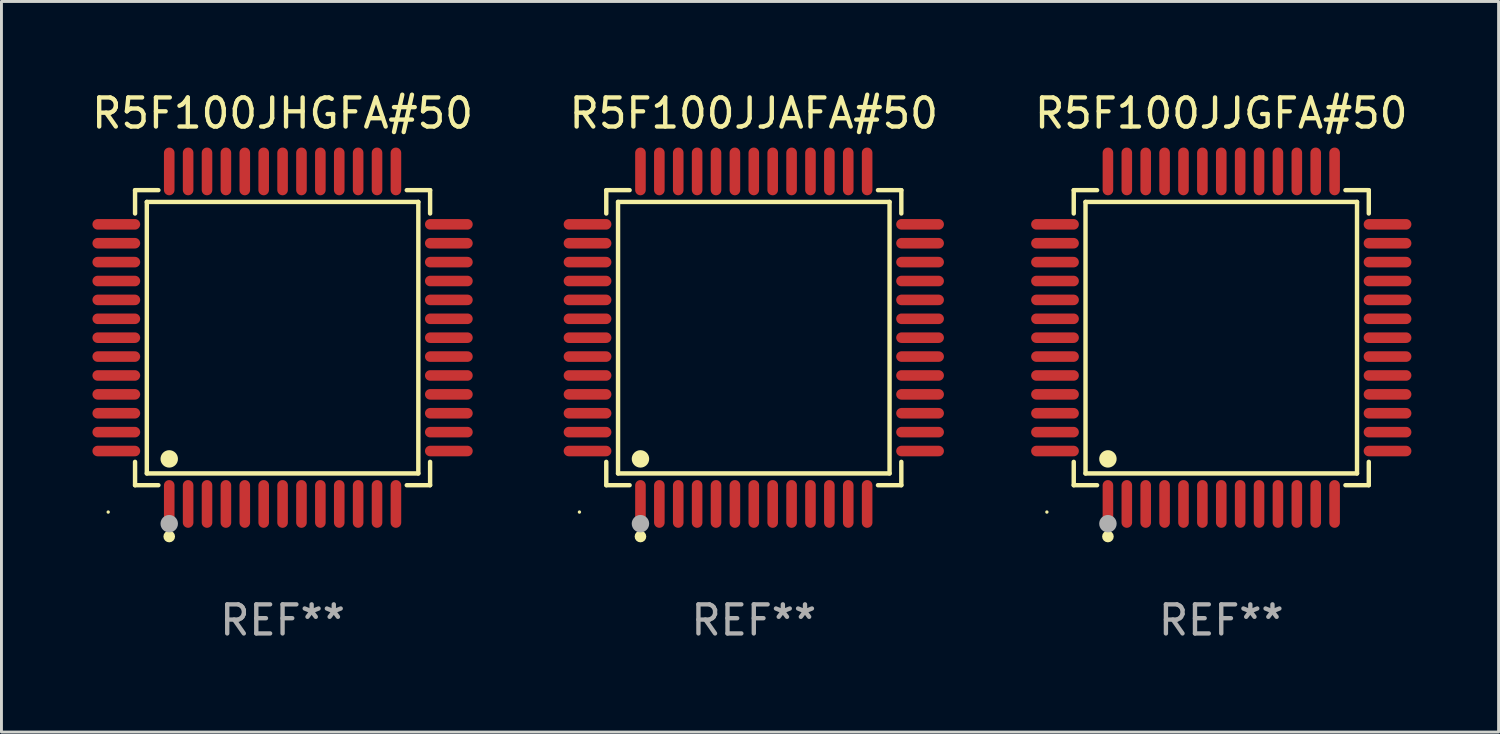
<source format=kicad_pcb>
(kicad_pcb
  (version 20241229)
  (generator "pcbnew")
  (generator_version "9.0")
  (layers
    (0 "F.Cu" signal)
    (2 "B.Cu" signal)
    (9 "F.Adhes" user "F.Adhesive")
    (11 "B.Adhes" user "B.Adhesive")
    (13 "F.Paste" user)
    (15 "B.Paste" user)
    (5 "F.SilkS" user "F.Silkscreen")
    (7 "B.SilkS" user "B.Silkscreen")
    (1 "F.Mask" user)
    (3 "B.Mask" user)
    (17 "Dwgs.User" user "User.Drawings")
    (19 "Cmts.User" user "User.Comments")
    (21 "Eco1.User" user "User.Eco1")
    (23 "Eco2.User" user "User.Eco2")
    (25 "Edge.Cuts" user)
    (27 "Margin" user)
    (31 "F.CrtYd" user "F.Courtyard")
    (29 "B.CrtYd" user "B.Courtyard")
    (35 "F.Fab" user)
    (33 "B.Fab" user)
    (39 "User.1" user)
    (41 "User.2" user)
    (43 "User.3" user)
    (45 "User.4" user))
  (footprint "R5F100JHGFA#50"
    (layer "F.Cu")
    (at 6.673 8.569)
    (property "Reference" "R5F100JHGFA#50" (at 0 -7.721 0) (layer "F.SilkS") (effects (font (size 1 1) (thickness 0.15))))
    (attr through_hole)
    (fp_line (start -5.076 -5.076) (end -4.273 -5.076) (stroke (width 0.152) (type solid)) (layer "F.SilkS"))
    (fp_line (start -5.076 -4.273) (end -5.076 -5.076) (stroke (width 0.152) (type solid)) (layer "F.SilkS"))
    (fp_line (start -5.076 4.273) (end -5.076 5.076) (stroke (width 0.152) (type solid)) (layer "F.SilkS"))
    (fp_line (start -5.076 5.076) (end -4.273 5.076) (stroke (width 0.152) (type solid)) (layer "F.SilkS"))
    (fp_line (start -4.671 -4.671) (end 4.671 -4.671) (stroke (width 0.152) (type solid)) (layer "F.SilkS"))
    (fp_line (start -4.671 4.671) (end -4.671 -4.671) (stroke (width 0.152) (type solid)) (layer "F.SilkS"))
    (fp_line (start 4.671 -4.671) (end 4.671 4.671) (stroke (width 0.152) (type solid)) (layer "F.SilkS"))
    (fp_line (start 4.671 4.671) (end -4.671 4.671) (stroke (width 0.152) (type solid)) (layer "F.SilkS"))
    (fp_line (start 5.076 -5.076) (end 4.273 -5.076) (stroke (width 0.152) (type solid)) (layer "F.SilkS"))
    (fp_line (start 5.076 -4.273) (end 5.076 -5.076) (stroke (width 0.152) (type solid)) (layer "F.SilkS"))
    (fp_line (start 5.076 4.273) (end 5.076 5.076) (stroke (width 0.152) (type solid)) (layer "F.SilkS"))
    (fp_line (start 5.076 5.076) (end 4.273 5.076) (stroke (width 0.152) (type solid)) (layer "F.SilkS"))
    (fp_circle (center -6 6) (end -5.97 6) (stroke (width 0.06) (type solid)) (fill no) (layer "F.SilkS"))
    (fp_circle (center -3.9 4.171) (end -3.75 4.171) (stroke (width 0.3) (type solid)) (fill no) (layer "F.SilkS"))
    (fp_circle (center -3.9 6.842) (end -3.8 6.842) (stroke (width 0.2) (type solid)) (fill no) (layer "F.SilkS"))
    (fp_circle (center -3.9 6.4) (end -3.75 6.4) (stroke (width 0.3) (type solid)) (fill no) (layer "F.Fab"))
    (fp_text user "REF**" (at 0 9.721 0) (layer "F.Fab") (effects (font (size 1 1) (thickness 0.15))))
    (pad "1" smd oval (at -3.9 5.721) (size 0.364 1.642) (layers "F.Cu" "F.Mask" "F.Paste"))
    (pad "2" smd oval (at -3.25 5.721) (size 0.364 1.642) (layers "F.Cu" "F.Mask" "F.Paste"))
    (pad "3" smd oval (at -2.6 5.721) (size 0.364 1.642) (layers "F.Cu" "F.Mask" "F.Paste"))
    (pad "4" smd oval (at -1.95 5.721) (size 0.364 1.642) (layers "F.Cu" "F.Mask" "F.Paste"))
    (pad "5" smd oval (at -1.3 5.721) (size 0.364 1.642) (layers "F.Cu" "F.Mask" "F.Paste"))
    (pad "6" smd oval (at -0.65 5.721) (size 0.364 1.642) (layers "F.Cu" "F.Mask" "F.Paste"))
    (pad "7" smd oval (at 0 5.721) (size 0.364 1.642) (layers "F.Cu" "F.Mask" "F.Paste"))
    (pad "8" smd oval (at 0.65 5.721) (size 0.364 1.642) (layers "F.Cu" "F.Mask" "F.Paste"))
    (pad "9" smd oval (at 1.3 5.721) (size 0.364 1.642) (layers "F.Cu" "F.Mask" "F.Paste"))
    (pad "10" smd oval (at 1.95 5.721) (size 0.364 1.642) (layers "F.Cu" "F.Mask" "F.Paste"))
    (pad "11" smd oval (at 2.6 5.721) (size 0.364 1.642) (layers "F.Cu" "F.Mask" "F.Paste"))
    (pad "12" smd oval (at 3.25 5.721) (size 0.364 1.642) (layers "F.Cu" "F.Mask" "F.Paste"))
    (pad "13" smd oval (at 3.9 5.721) (size 0.364 1.642) (layers "F.Cu" "F.Mask" "F.Paste"))
    (pad "14" smd oval (at 5.721 3.9) (size 1.642 0.364) (layers "F.Cu" "F.Mask" "F.Paste"))
    (pad "15" smd oval (at 5.721 3.25) (size 1.642 0.364) (layers "F.Cu" "F.Mask" "F.Paste"))
    (pad "16" smd oval (at 5.721 2.6) (size 1.642 0.364) (layers "F.Cu" "F.Mask" "F.Paste"))
    (pad "17" smd oval (at 5.721 1.95) (size 1.642 0.364) (layers "F.Cu" "F.Mask" "F.Paste"))
    (pad "18" smd oval (at 5.721 1.3) (size 1.642 0.364) (layers "F.Cu" "F.Mask" "F.Paste"))
    (pad "19" smd oval (at 5.721 0.65) (size 1.642 0.364) (layers "F.Cu" "F.Mask" "F.Paste"))
    (pad "20" smd oval (at 5.721 0) (size 1.642 0.364) (layers "F.Cu" "F.Mask" "F.Paste"))
    (pad "21" smd oval (at 5.721 -0.65) (size 1.642 0.364) (layers "F.Cu" "F.Mask" "F.Paste"))
    (pad "22" smd oval (at 5.721 -1.3) (size 1.642 0.364) (layers "F.Cu" "F.Mask" "F.Paste"))
    (pad "23" smd oval (at 5.721 -1.95) (size 1.642 0.364) (layers "F.Cu" "F.Mask" "F.Paste"))
    (pad "24" smd oval (at 5.721 -2.6) (size 1.642 0.364) (layers "F.Cu" "F.Mask" "F.Paste"))
    (pad "25" smd oval (at 5.721 -3.25) (size 1.642 0.364) (layers "F.Cu" "F.Mask" "F.Paste"))
    (pad "26" smd oval (at 5.721 -3.9) (size 1.642 0.364) (layers "F.Cu" "F.Mask" "F.Paste"))
    (pad "27" smd oval (at 3.9 -5.721) (size 0.364 1.642) (layers "F.Cu" "F.Mask" "F.Paste"))
    (pad "28" smd oval (at 3.25 -5.721) (size 0.364 1.642) (layers "F.Cu" "F.Mask" "F.Paste"))
    (pad "29" smd oval (at 2.6 -5.721) (size 0.364 1.642) (layers "F.Cu" "F.Mask" "F.Paste"))
    (pad "30" smd oval (at 1.95 -5.721) (size 0.364 1.642) (layers "F.Cu" "F.Mask" "F.Paste"))
    (pad "31" smd oval (at 1.3 -5.721) (size 0.364 1.642) (layers "F.Cu" "F.Mask" "F.Paste"))
    (pad "32" smd oval (at 0.65 -5.721) (size 0.364 1.642) (layers "F.Cu" "F.Mask" "F.Paste"))
    (pad "33" smd oval (at 0 -5.721) (size 0.364 1.642) (layers "F.Cu" "F.Mask" "F.Paste"))
    (pad "34" smd oval (at -0.65 -5.721) (size 0.364 1.642) (layers "F.Cu" "F.Mask" "F.Paste"))
    (pad "35" smd oval (at -1.3 -5.721) (size 0.364 1.642) (layers "F.Cu" "F.Mask" "F.Paste"))
    (pad "36" smd oval (at -1.95 -5.721) (size 0.364 1.642) (layers "F.Cu" "F.Mask" "F.Paste"))
    (pad "37" smd oval (at -2.6 -5.721) (size 0.364 1.642) (layers "F.Cu" "F.Mask" "F.Paste"))
    (pad "38" smd oval (at -3.25 -5.721) (size 0.364 1.642) (layers "F.Cu" "F.Mask" "F.Paste"))
    (pad "39" smd oval (at -3.9 -5.721) (size 0.364 1.642) (layers "F.Cu" "F.Mask" "F.Paste"))
    (pad "40" smd oval (at -5.721 -3.9) (size 1.642 0.364) (layers "F.Cu" "F.Mask" "F.Paste"))
    (pad "41" smd oval (at -5.721 -3.25) (size 1.642 0.364) (layers "F.Cu" "F.Mask" "F.Paste"))
    (pad "42" smd oval (at -5.721 -2.6) (size 1.642 0.364) (layers "F.Cu" "F.Mask" "F.Paste"))
    (pad "43" smd oval (at -5.721 -1.95) (size 1.642 0.364) (layers "F.Cu" "F.Mask" "F.Paste"))
    (pad "44" smd oval (at -5.721 -1.3) (size 1.642 0.364) (layers "F.Cu" "F.Mask" "F.Paste"))
    (pad "45" smd oval (at -5.721 -0.65) (size 1.642 0.364) (layers "F.Cu" "F.Mask" "F.Paste"))
    (pad "46" smd oval (at -5.721 0) (size 1.642 0.364) (layers "F.Cu" "F.Mask" "F.Paste"))
    (pad "47" smd oval (at -5.721 0.65) (size 1.642 0.364) (layers "F.Cu" "F.Mask" "F.Paste"))
    (pad "48" smd oval (at -5.721 1.3) (size 1.642 0.364) (layers "F.Cu" "F.Mask" "F.Paste"))
    (pad "49" smd oval (at -5.721 1.95) (size 1.642 0.364) (layers "F.Cu" "F.Mask" "F.Paste"))
    (pad "50" smd oval (at -5.721 2.6) (size 1.642 0.364) (layers "F.Cu" "F.Mask" "F.Paste"))
    (pad "51" smd oval (at -5.721 3.25) (size 1.642 0.364) (layers "F.Cu" "F.Mask" "F.Paste"))
    (pad "52" smd oval (at -5.721 3.9) (size 1.642 0.364) (layers "F.Cu" "F.Mask" "F.Paste")))
  (footprint "R5F100JJAFA#50"
    (layer "F.Cu")
    (at 22.887 8.569)
    (property "Reference" "R5F100JJAFA#50" (at 0 -7.721 0) (layer "F.SilkS") (effects (font (size 1 1) (thickness 0.15))))
    (attr through_hole)
    (fp_line (start -5.076 -5.076) (end -4.273 -5.076) (stroke (width 0.152) (type solid)) (layer "F.SilkS"))
    (fp_line (start -5.076 -4.273) (end -5.076 -5.076) (stroke (width 0.152) (type solid)) (layer "F.SilkS"))
    (fp_line (start -5.076 4.273) (end -5.076 5.076) (stroke (width 0.152) (type solid)) (layer "F.SilkS"))
    (fp_line (start -5.076 5.076) (end -4.273 5.076) (stroke (width 0.152) (type solid)) (layer "F.SilkS"))
    (fp_line (start -4.671 -4.671) (end 4.671 -4.671) (stroke (width 0.152) (type solid)) (layer "F.SilkS"))
    (fp_line (start -4.671 4.671) (end -4.671 -4.671) (stroke (width 0.152) (type solid)) (layer "F.SilkS"))
    (fp_line (start 4.671 -4.671) (end 4.671 4.671) (stroke (width 0.152) (type solid)) (layer "F.SilkS"))
    (fp_line (start 4.671 4.671) (end -4.671 4.671) (stroke (width 0.152) (type solid)) (layer "F.SilkS"))
    (fp_line (start 5.076 -5.076) (end 4.273 -5.076) (stroke (width 0.152) (type solid)) (layer "F.SilkS"))
    (fp_line (start 5.076 -4.273) (end 5.076 -5.076) (stroke (width 0.152) (type solid)) (layer "F.SilkS"))
    (fp_line (start 5.076 4.273) (end 5.076 5.076) (stroke (width 0.152) (type solid)) (layer "F.SilkS"))
    (fp_line (start 5.076 5.076) (end 4.273 5.076) (stroke (width 0.152) (type solid)) (layer "F.SilkS"))
    (fp_circle (center -6 6) (end -5.97 6) (stroke (width 0.06) (type solid)) (fill no) (layer "F.SilkS"))
    (fp_circle (center -3.9 4.171) (end -3.75 4.171) (stroke (width 0.3) (type solid)) (fill no) (layer "F.SilkS"))
    (fp_circle (center -3.9 6.842) (end -3.8 6.842) (stroke (width 0.2) (type solid)) (fill no) (layer "F.SilkS"))
    (fp_circle (center -3.9 6.4) (end -3.75 6.4) (stroke (width 0.3) (type solid)) (fill no) (layer "F.Fab"))
    (fp_text user "REF**" (at 0 9.721 0) (layer "F.Fab") (effects (font (size 1 1) (thickness 0.15))))
    (pad "1" smd oval (at -3.9 5.721) (size 0.364 1.642) (layers "F.Cu" "F.Mask" "F.Paste"))
    (pad "2" smd oval (at -3.25 5.721) (size 0.364 1.642) (layers "F.Cu" "F.Mask" "F.Paste"))
    (pad "3" smd oval (at -2.6 5.721) (size 0.364 1.642) (layers "F.Cu" "F.Mask" "F.Paste"))
    (pad "4" smd oval (at -1.95 5.721) (size 0.364 1.642) (layers "F.Cu" "F.Mask" "F.Paste"))
    (pad "5" smd oval (at -1.3 5.721) (size 0.364 1.642) (layers "F.Cu" "F.Mask" "F.Paste"))
    (pad "6" smd oval (at -0.65 5.721) (size 0.364 1.642) (layers "F.Cu" "F.Mask" "F.Paste"))
    (pad "7" smd oval (at 0 5.721) (size 0.364 1.642) (layers "F.Cu" "F.Mask" "F.Paste"))
    (pad "8" smd oval (at 0.65 5.721) (size 0.364 1.642) (layers "F.Cu" "F.Mask" "F.Paste"))
    (pad "9" smd oval (at 1.3 5.721) (size 0.364 1.642) (layers "F.Cu" "F.Mask" "F.Paste"))
    (pad "10" smd oval (at 1.95 5.721) (size 0.364 1.642) (layers "F.Cu" "F.Mask" "F.Paste"))
    (pad "11" smd oval (at 2.6 5.721) (size 0.364 1.642) (layers "F.Cu" "F.Mask" "F.Paste"))
    (pad "12" smd oval (at 3.25 5.721) (size 0.364 1.642) (layers "F.Cu" "F.Mask" "F.Paste"))
    (pad "13" smd oval (at 3.9 5.721) (size 0.364 1.642) (layers "F.Cu" "F.Mask" "F.Paste"))
    (pad "14" smd oval (at 5.721 3.9) (size 1.642 0.364) (layers "F.Cu" "F.Mask" "F.Paste"))
    (pad "15" smd oval (at 5.721 3.25) (size 1.642 0.364) (layers "F.Cu" "F.Mask" "F.Paste"))
    (pad "16" smd oval (at 5.721 2.6) (size 1.642 0.364) (layers "F.Cu" "F.Mask" "F.Paste"))
    (pad "17" smd oval (at 5.721 1.95) (size 1.642 0.364) (layers "F.Cu" "F.Mask" "F.Paste"))
    (pad "18" smd oval (at 5.721 1.3) (size 1.642 0.364) (layers "F.Cu" "F.Mask" "F.Paste"))
    (pad "19" smd oval (at 5.721 0.65) (size 1.642 0.364) (layers "F.Cu" "F.Mask" "F.Paste"))
    (pad "20" smd oval (at 5.721 0) (size 1.642 0.364) (layers "F.Cu" "F.Mask" "F.Paste"))
    (pad "21" smd oval (at 5.721 -0.65) (size 1.642 0.364) (layers "F.Cu" "F.Mask" "F.Paste"))
    (pad "22" smd oval (at 5.721 -1.3) (size 1.642 0.364) (layers "F.Cu" "F.Mask" "F.Paste"))
    (pad "23" smd oval (at 5.721 -1.95) (size 1.642 0.364) (layers "F.Cu" "F.Mask" "F.Paste"))
    (pad "24" smd oval (at 5.721 -2.6) (size 1.642 0.364) (layers "F.Cu" "F.Mask" "F.Paste"))
    (pad "25" smd oval (at 5.721 -3.25) (size 1.642 0.364) (layers "F.Cu" "F.Mask" "F.Paste"))
    (pad "26" smd oval (at 5.721 -3.9) (size 1.642 0.364) (layers "F.Cu" "F.Mask" "F.Paste"))
    (pad "27" smd oval (at 3.9 -5.721) (size 0.364 1.642) (layers "F.Cu" "F.Mask" "F.Paste"))
    (pad "28" smd oval (at 3.25 -5.721) (size 0.364 1.642) (layers "F.Cu" "F.Mask" "F.Paste"))
    (pad "29" smd oval (at 2.6 -5.721) (size 0.364 1.642) (layers "F.Cu" "F.Mask" "F.Paste"))
    (pad "30" smd oval (at 1.95 -5.721) (size 0.364 1.642) (layers "F.Cu" "F.Mask" "F.Paste"))
    (pad "31" smd oval (at 1.3 -5.721) (size 0.364 1.642) (layers "F.Cu" "F.Mask" "F.Paste"))
    (pad "32" smd oval (at 0.65 -5.721) (size 0.364 1.642) (layers "F.Cu" "F.Mask" "F.Paste"))
    (pad "33" smd oval (at 0 -5.721) (size 0.364 1.642) (layers "F.Cu" "F.Mask" "F.Paste"))
    (pad "34" smd oval (at -0.65 -5.721) (size 0.364 1.642) (layers "F.Cu" "F.Mask" "F.Paste"))
    (pad "35" smd oval (at -1.3 -5.721) (size 0.364 1.642) (layers "F.Cu" "F.Mask" "F.Paste"))
    (pad "36" smd oval (at -1.95 -5.721) (size 0.364 1.642) (layers "F.Cu" "F.Mask" "F.Paste"))
    (pad "37" smd oval (at -2.6 -5.721) (size 0.364 1.642) (layers "F.Cu" "F.Mask" "F.Paste"))
    (pad "38" smd oval (at -3.25 -5.721) (size 0.364 1.642) (layers "F.Cu" "F.Mask" "F.Paste"))
    (pad "39" smd oval (at -3.9 -5.721) (size 0.364 1.642) (layers "F.Cu" "F.Mask" "F.Paste"))
    (pad "40" smd oval (at -5.721 -3.9) (size 1.642 0.364) (layers "F.Cu" "F.Mask" "F.Paste"))
    (pad "41" smd oval (at -5.721 -3.25) (size 1.642 0.364) (layers "F.Cu" "F.Mask" "F.Paste"))
    (pad "42" smd oval (at -5.721 -2.6) (size 1.642 0.364) (layers "F.Cu" "F.Mask" "F.Paste"))
    (pad "43" smd oval (at -5.721 -1.95) (size 1.642 0.364) (layers "F.Cu" "F.Mask" "F.Paste"))
    (pad "44" smd oval (at -5.721 -1.3) (size 1.642 0.364) (layers "F.Cu" "F.Mask" "F.Paste"))
    (pad "45" smd oval (at -5.721 -0.65) (size 1.642 0.364) (layers "F.Cu" "F.Mask" "F.Paste"))
    (pad "46" smd oval (at -5.721 0) (size 1.642 0.364) (layers "F.Cu" "F.Mask" "F.Paste"))
    (pad "47" smd oval (at -5.721 0.65) (size 1.642 0.364) (layers "F.Cu" "F.Mask" "F.Paste"))
    (pad "48" smd oval (at -5.721 1.3) (size 1.642 0.364) (layers "F.Cu" "F.Mask" "F.Paste"))
    (pad "49" smd oval (at -5.721 1.95) (size 1.642 0.364) (layers "F.Cu" "F.Mask" "F.Paste"))
    (pad "50" smd oval (at -5.721 2.6) (size 1.642 0.364) (layers "F.Cu" "F.Mask" "F.Paste"))
    (pad "51" smd oval (at -5.721 3.25) (size 1.642 0.364) (layers "F.Cu" "F.Mask" "F.Paste"))
    (pad "52" smd oval (at -5.721 3.9) (size 1.642 0.364) (layers "F.Cu" "F.Mask" "F.Paste")))
  (footprint "R5F100JJGFA#50"
    (layer "F.Cu")
    (at 38.972 8.569)
    (property "Reference" "R5F100JJGFA#50" (at 0 -7.721 0) (layer "F.SilkS") (effects (font (size 1 1) (thickness 0.15))))
    (attr through_hole)
    (fp_line (start -5.076 -5.076) (end -4.273 -5.076) (stroke (width 0.152) (type solid)) (layer "F.SilkS"))
    (fp_line (start -5.076 -4.273) (end -5.076 -5.076) (stroke (width 0.152) (type solid)) (layer "F.SilkS"))
    (fp_line (start -5.076 4.273) (end -5.076 5.076) (stroke (width 0.152) (type solid)) (layer "F.SilkS"))
    (fp_line (start -5.076 5.076) (end -4.273 5.076) (stroke (width 0.152) (type solid)) (layer "F.SilkS"))
    (fp_line (start -4.671 -4.671) (end 4.671 -4.671) (stroke (width 0.152) (type solid)) (layer "F.SilkS"))
    (fp_line (start -4.671 4.671) (end -4.671 -4.671) (stroke (width 0.152) (type solid)) (layer "F.SilkS"))
    (fp_line (start 4.671 -4.671) (end 4.671 4.671) (stroke (width 0.152) (type solid)) (layer "F.SilkS"))
    (fp_line (start 4.671 4.671) (end -4.671 4.671) (stroke (width 0.152) (type solid)) (layer "F.SilkS"))
    (fp_line (start 5.076 -5.076) (end 4.273 -5.076) (stroke (width 0.152) (type solid)) (layer "F.SilkS"))
    (fp_line (start 5.076 -4.273) (end 5.076 -5.076) (stroke (width 0.152) (type solid)) (layer "F.SilkS"))
    (fp_line (start 5.076 4.273) (end 5.076 5.076) (stroke (width 0.152) (type solid)) (layer "F.SilkS"))
    (fp_line (start 5.076 5.076) (end 4.273 5.076) (stroke (width 0.152) (type solid)) (layer "F.SilkS"))
    (fp_circle (center -6 6) (end -5.97 6) (stroke (width 0.06) (type solid)) (fill no) (layer "F.SilkS"))
    (fp_circle (center -3.9 4.171) (end -3.75 4.171) (stroke (width 0.3) (type solid)) (fill no) (layer "F.SilkS"))
    (fp_circle (center -3.9 6.842) (end -3.8 6.842) (stroke (width 0.2) (type solid)) (fill no) (layer "F.SilkS"))
    (fp_circle (center -3.9 6.4) (end -3.75 6.4) (stroke (width 0.3) (type solid)) (fill no) (layer "F.Fab"))
    (fp_text user "REF**" (at 0 9.721 0) (layer "F.Fab") (effects (font (size 1 1) (thickness 0.15))))
    (pad "1" smd oval (at -3.9 5.721) (size 0.364 1.642) (layers "F.Cu" "F.Mask" "F.Paste"))
    (pad "2" smd oval (at -3.25 5.721) (size 0.364 1.642) (layers "F.Cu" "F.Mask" "F.Paste"))
    (pad "3" smd oval (at -2.6 5.721) (size 0.364 1.642) (layers "F.Cu" "F.Mask" "F.Paste"))
    (pad "4" smd oval (at -1.95 5.721) (size 0.364 1.642) (layers "F.Cu" "F.Mask" "F.Paste"))
    (pad "5" smd oval (at -1.3 5.721) (size 0.364 1.642) (layers "F.Cu" "F.Mask" "F.Paste"))
    (pad "6" smd oval (at -0.65 5.721) (size 0.364 1.642) (layers "F.Cu" "F.Mask" "F.Paste"))
    (pad "7" smd oval (at 0 5.721) (size 0.364 1.642) (layers "F.Cu" "F.Mask" "F.Paste"))
    (pad "8" smd oval (at 0.65 5.721) (size 0.364 1.642) (layers "F.Cu" "F.Mask" "F.Paste"))
    (pad "9" smd oval (at 1.3 5.721) (size 0.364 1.642) (layers "F.Cu" "F.Mask" "F.Paste"))
    (pad "10" smd oval (at 1.95 5.721) (size 0.364 1.642) (layers "F.Cu" "F.Mask" "F.Paste"))
    (pad "11" smd oval (at 2.6 5.721) (size 0.364 1.642) (layers "F.Cu" "F.Mask" "F.Paste"))
    (pad "12" smd oval (at 3.25 5.721) (size 0.364 1.642) (layers "F.Cu" "F.Mask" "F.Paste"))
    (pad "13" smd oval (at 3.9 5.721) (size 0.364 1.642) (layers "F.Cu" "F.Mask" "F.Paste"))
    (pad "14" smd oval (at 5.721 3.9) (size 1.642 0.364) (layers "F.Cu" "F.Mask" "F.Paste"))
    (pad "15" smd oval (at 5.721 3.25) (size 1.642 0.364) (layers "F.Cu" "F.Mask" "F.Paste"))
    (pad "16" smd oval (at 5.721 2.6) (size 1.642 0.364) (layers "F.Cu" "F.Mask" "F.Paste"))
    (pad "17" smd oval (at 5.721 1.95) (size 1.642 0.364) (layers "F.Cu" "F.Mask" "F.Paste"))
    (pad "18" smd oval (at 5.721 1.3) (size 1.642 0.364) (layers "F.Cu" "F.Mask" "F.Paste"))
    (pad "19" smd oval (at 5.721 0.65) (size 1.642 0.364) (layers "F.Cu" "F.Mask" "F.Paste"))
    (pad "20" smd oval (at 5.721 0) (size 1.642 0.364) (layers "F.Cu" "F.Mask" "F.Paste"))
    (pad "21" smd oval (at 5.721 -0.65) (size 1.642 0.364) (layers "F.Cu" "F.Mask" "F.Paste"))
    (pad "22" smd oval (at 5.721 -1.3) (size 1.642 0.364) (layers "F.Cu" "F.Mask" "F.Paste"))
    (pad "23" smd oval (at 5.721 -1.95) (size 1.642 0.364) (layers "F.Cu" "F.Mask" "F.Paste"))
    (pad "24" smd oval (at 5.721 -2.6) (size 1.642 0.364) (layers "F.Cu" "F.Mask" "F.Paste"))
    (pad "25" smd oval (at 5.721 -3.25) (size 1.642 0.364) (layers "F.Cu" "F.Mask" "F.Paste"))
    (pad "26" smd oval (at 5.721 -3.9) (size 1.642 0.364) (layers "F.Cu" "F.Mask" "F.Paste"))
    (pad "27" smd oval (at 3.9 -5.721) (size 0.364 1.642) (layers "F.Cu" "F.Mask" "F.Paste"))
    (pad "28" smd oval (at 3.25 -5.721) (size 0.364 1.642) (layers "F.Cu" "F.Mask" "F.Paste"))
    (pad "29" smd oval (at 2.6 -5.721) (size 0.364 1.642) (layers "F.Cu" "F.Mask" "F.Paste"))
    (pad "30" smd oval (at 1.95 -5.721) (size 0.364 1.642) (layers "F.Cu" "F.Mask" "F.Paste"))
    (pad "31" smd oval (at 1.3 -5.721) (size 0.364 1.642) (layers "F.Cu" "F.Mask" "F.Paste"))
    (pad "32" smd oval (at 0.65 -5.721) (size 0.364 1.642) (layers "F.Cu" "F.Mask" "F.Paste"))
    (pad "33" smd oval (at 0 -5.721) (size 0.364 1.642) (layers "F.Cu" "F.Mask" "F.Paste"))
    (pad "34" smd oval (at -0.65 -5.721) (size 0.364 1.642) (layers "F.Cu" "F.Mask" "F.Paste"))
    (pad "35" smd oval (at -1.3 -5.721) (size 0.364 1.642) (layers "F.Cu" "F.Mask" "F.Paste"))
    (pad "36" smd oval (at -1.95 -5.721) (size 0.364 1.642) (layers "F.Cu" "F.Mask" "F.Paste"))
    (pad "37" smd oval (at -2.6 -5.721) (size 0.364 1.642) (layers "F.Cu" "F.Mask" "F.Paste"))
    (pad "38" smd oval (at -3.25 -5.721) (size 0.364 1.642) (layers "F.Cu" "F.Mask" "F.Paste"))
    (pad "39" smd oval (at -3.9 -5.721) (size 0.364 1.642) (layers "F.Cu" "F.Mask" "F.Paste"))
    (pad "40" smd oval (at -5.721 -3.9) (size 1.642 0.364) (layers "F.Cu" "F.Mask" "F.Paste"))
    (pad "41" smd oval (at -5.721 -3.25) (size 1.642 0.364) (layers "F.Cu" "F.Mask" "F.Paste"))
    (pad "42" smd oval (at -5.721 -2.6) (size 1.642 0.364) (layers "F.Cu" "F.Mask" "F.Paste"))
    (pad "43" smd oval (at -5.721 -1.95) (size 1.642 0.364) (layers "F.Cu" "F.Mask" "F.Paste"))
    (pad "44" smd oval (at -5.721 -1.3) (size 1.642 0.364) (layers "F.Cu" "F.Mask" "F.Paste"))
    (pad "45" smd oval (at -5.721 -0.65) (size 1.642 0.364) (layers "F.Cu" "F.Mask" "F.Paste"))
    (pad "46" smd oval (at -5.721 0) (size 1.642 0.364) (layers "F.Cu" "F.Mask" "F.Paste"))
    (pad "47" smd oval (at -5.721 0.65) (size 1.642 0.364) (layers "F.Cu" "F.Mask" "F.Paste"))
    (pad "48" smd oval (at -5.721 1.3) (size 1.642 0.364) (layers "F.Cu" "F.Mask" "F.Paste"))
    (pad "49" smd oval (at -5.721 1.95) (size 1.642 0.364) (layers "F.Cu" "F.Mask" "F.Paste"))
    (pad "50" smd oval (at -5.721 2.6) (size 1.642 0.364) (layers "F.Cu" "F.Mask" "F.Paste"))
    (pad "51" smd oval (at -5.721 3.25) (size 1.642 0.364) (layers "F.Cu" "F.Mask" "F.Paste"))
    (pad "52" smd oval (at -5.721 3.9) (size 1.642 0.364) (layers "F.Cu" "F.Mask" "F.Paste")))
  (gr_rect
    (start -3 -3)
    (end 48.514 22.139)
    (stroke (width 0.1) (type default))
    (fill no)
    (layer "Edge.Cuts")))
</source>
